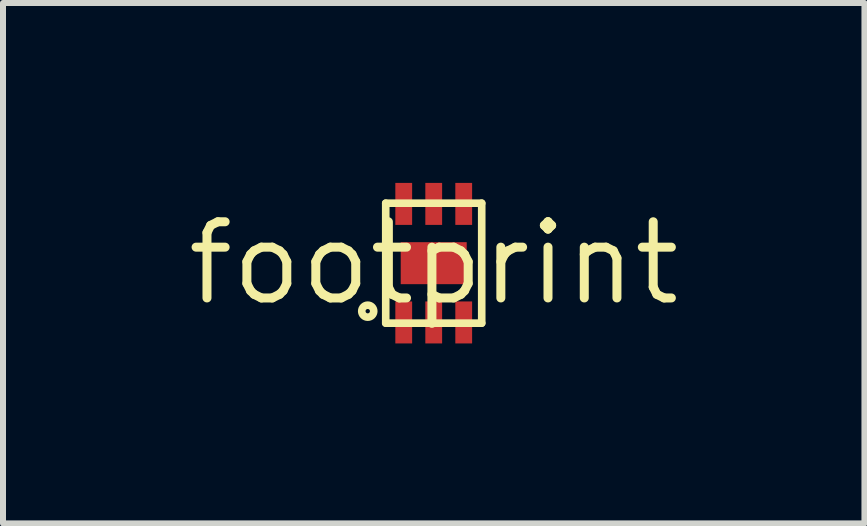
<source format=kicad_pcb>
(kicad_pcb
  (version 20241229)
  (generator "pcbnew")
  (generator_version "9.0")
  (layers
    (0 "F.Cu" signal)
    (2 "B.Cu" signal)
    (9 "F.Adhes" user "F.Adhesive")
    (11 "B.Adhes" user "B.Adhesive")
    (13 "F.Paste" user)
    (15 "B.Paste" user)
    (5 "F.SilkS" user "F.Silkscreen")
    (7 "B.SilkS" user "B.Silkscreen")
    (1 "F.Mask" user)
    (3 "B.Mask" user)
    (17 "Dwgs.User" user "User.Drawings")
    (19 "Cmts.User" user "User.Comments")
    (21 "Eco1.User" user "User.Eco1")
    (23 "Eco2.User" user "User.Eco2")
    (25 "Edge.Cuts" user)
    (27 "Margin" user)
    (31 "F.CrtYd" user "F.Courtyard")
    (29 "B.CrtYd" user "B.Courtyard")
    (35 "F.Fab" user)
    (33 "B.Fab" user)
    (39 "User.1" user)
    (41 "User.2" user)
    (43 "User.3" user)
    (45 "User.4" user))
  (footprint "footprint"
    (layer "F.Cu")
    (at 4.18 1.337)
    (property "Reference" "footprint" (at 0 0 0) (layer "F.SilkS") (effects (font (size 1.27 1.27) (thickness 0.15))))
    (fp_line (start -0.8 -1) (end 0.8 -1) (stroke (width 0.127) (type solid)) (layer "F.SilkS"))
    (fp_line (start -0.8 1) (end -0.8 -1) (stroke (width 0.127) (type solid)) (layer "F.SilkS"))
    (fp_line (start 0.8 -1) (end 0.8 1) (stroke (width 0.127) (type solid)) (layer "F.SilkS"))
    (fp_line (start 0.8 1) (end -0.8 1) (stroke (width 0.127) (type solid)) (layer "F.SilkS"))
    (fp_circle (center -1.1 0.8) (end -1 0.8) (stroke (width 0.127) (type solid)) (fill no) (layer "F.SilkS"))
    (fp_poly (pts (xy -0.55 -0.1) (xy -0.3 -0.1) (xy -0.3 -0.35) (xy -0.55 -0.35)) (stroke (width 0) (type solid)) (fill yes) (layer "F.Paste"))
    (fp_poly (pts (xy -0.3 0.35) (xy -0.3 0.1) (xy -0.55 0.1) (xy -0.55 0.35)) (stroke (width 0) (type solid)) (fill yes) (layer "F.Paste"))
    (fp_poly (pts (xy -0.15 -0.1) (xy 0.15 -0.1) (xy 0.15 -0.35) (xy -0.15 -0.35)) (stroke (width 0) (type solid)) (fill yes) (layer "F.Paste"))
    (fp_poly (pts (xy 0.15 0.1) (xy -0.15 0.1) (xy -0.15 0.35) (xy 0.15 0.35)) (stroke (width 0) (type solid)) (fill yes) (layer "F.Paste"))
    (fp_poly (pts (xy 0.3 -0.35) (xy 0.3 -0.1) (xy 0.55 -0.1) (xy 0.55 -0.35)) (stroke (width 0) (type solid)) (fill yes) (layer "F.Paste"))
    (fp_poly (pts (xy 0.55 0.1) (xy 0.3 0.1) (xy 0.3 0.35) (xy 0.55 0.35)) (stroke (width 0) (type solid)) (fill yes) (layer "F.Paste"))
    (pad "1" smd rect (at -0.5 0.988) (size 0.28 0.7) (layers "F.Cu" "F.Mask" "F.Paste"))
    (pad "2" smd rect (at 0 0.988) (size 0.28 0.7) (layers "F.Cu" "F.Mask" "F.Paste"))
    (pad "3" smd rect (at 0.5 0.988) (size 0.28 0.7) (layers "F.Cu" "F.Mask" "F.Paste"))
    (pad "4" smd rect (at 0.5 -0.988) (size 0.28 0.7) (layers "F.Cu" "F.Mask" "F.Paste"))
    (pad "5" smd rect (at 0 -0.988) (size 0.28 0.7) (layers "F.Cu" "F.Mask" "F.Paste"))
    (pad "6" smd rect (at -0.5 -0.988) (size 0.28 0.7) (layers "F.Cu" "F.Mask" "F.Paste"))
    (pad "P$1" smd rect (at 0 0) (size 1.1 0.7) (layers "F.Cu" "F.Mask")))
  (gr_rect
    (start -3 -3)
    (end 11.36 5.675)
    (stroke (width 0.1) (type default))
    (fill no)
    (layer "Edge.Cuts")))
</source>
